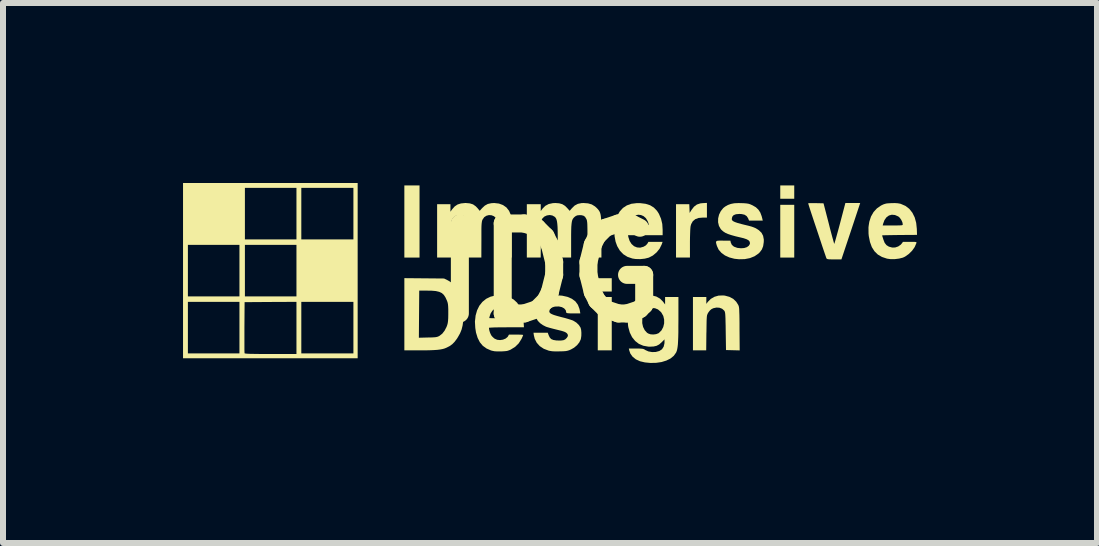
<source format=kicad_pcb>
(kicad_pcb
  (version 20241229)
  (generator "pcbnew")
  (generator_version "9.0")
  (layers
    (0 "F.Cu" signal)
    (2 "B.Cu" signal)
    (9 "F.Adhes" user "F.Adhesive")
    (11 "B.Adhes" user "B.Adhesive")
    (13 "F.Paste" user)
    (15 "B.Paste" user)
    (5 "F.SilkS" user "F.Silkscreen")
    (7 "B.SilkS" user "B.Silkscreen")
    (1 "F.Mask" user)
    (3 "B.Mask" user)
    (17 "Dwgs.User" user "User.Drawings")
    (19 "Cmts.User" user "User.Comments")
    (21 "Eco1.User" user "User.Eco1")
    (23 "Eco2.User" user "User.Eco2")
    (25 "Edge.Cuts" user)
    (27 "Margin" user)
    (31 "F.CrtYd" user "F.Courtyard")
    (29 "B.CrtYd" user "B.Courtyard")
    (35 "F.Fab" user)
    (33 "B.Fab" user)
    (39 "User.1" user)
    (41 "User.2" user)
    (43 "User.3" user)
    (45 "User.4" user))
  (footprint "IDG"
    (layer "F.Cu")
    (at 6.113 1.495)
    (property "Reference" "IDG" (at 0 0 0) (layer "F.SilkS") (effects (font (size 1.5 1.5) (thickness 0.3))))
    (attr board_only exclude_from_pos_files exclude_from_bom)
    (fp_poly (pts (xy -2.172 -0.854) (xy -2.172 -0.253) (xy -2.299 -0.253) (xy -2.425 -0.253) (xy -2.425 -0.854) (xy -2.425 -1.455) (xy -2.299 -1.455) (xy -2.172 -1.455)) (stroke (width 0) (type solid)) (fill yes) (layer "F.SilkS"))
    (fp_poly (pts (xy 1.031 0.202) (xy 1.031 0.313) (xy 0.914 0.313) (xy 0.798 0.313) (xy 0.798 0.202) (xy 0.798 0.091) (xy 0.914 0.091) (xy 1.031 0.091)) (stroke (width 0) (type solid)) (fill yes) (layer "F.SilkS"))
    (fp_poly (pts (xy 1.031 0.849) (xy 1.031 1.293) (xy 0.914 1.293) (xy 0.798 1.293) (xy 0.798 0.849) (xy 0.798 0.404) (xy 0.914 0.404) (xy 1.031 0.404)) (stroke (width 0) (type solid)) (fill yes) (layer "F.SilkS"))
    (fp_poly (pts (xy 4.072 -1.344) (xy 4.072 -1.233) (xy 3.955 -1.233) (xy 3.839 -1.233) (xy 3.839 -1.344) (xy 3.839 -1.455) (xy 3.955 -1.455) (xy 4.072 -1.455)) (stroke (width 0) (type solid)) (fill yes) (layer "F.SilkS"))
    (fp_poly (pts (xy 4.072 -0.692) (xy 4.072 -0.253) (xy 3.955 -0.253) (xy 3.839 -0.253) (xy 3.839 -0.692) (xy 3.839 -1.132) (xy 3.955 -1.132) (xy 4.072 -1.132)) (stroke (width 0) (type solid)) (fill yes) (layer "F.SilkS"))
    (fp_poly (pts (xy 2.617 -1.042) (xy 2.617 -0.919) (xy 2.549 -0.919) (xy 2.478 -0.913) (xy 2.423 -0.893) (xy 2.382 -0.859) (xy 2.355 -0.811) (xy 2.345 -0.777) (xy 2.342 -0.752) (xy 2.339 -0.711) (xy 2.337 -0.657) (xy 2.335 -0.593) (xy 2.334 -0.523) (xy 2.334 -0.49) (xy 2.334 -0.253) (xy 2.218 -0.253) (xy 2.102 -0.253) (xy 2.102 -0.697) (xy 2.102 -1.142) (xy 2.212 -1.142) (xy 2.323 -1.142) (xy 2.326 -1.069) (xy 2.329 -0.997) (xy 2.361 -1.048) (xy 2.402 -1.101) (xy 2.45 -1.137) (xy 2.508 -1.156) (xy 2.547 -1.16) (xy 2.617 -1.164)) (stroke (width 0) (type solid)) (fill yes) (layer "F.SilkS"))
    (fp_poly (pts (xy 5.015 -0.692) (xy 4.858 -0.222) (xy 4.738 -0.222) (xy 4.686 -0.223) (xy 4.651 -0.224) (xy 4.629 -0.227) (xy 4.616 -0.232) (xy 4.609 -0.239) (xy 4.609 -0.24) (xy 4.604 -0.252) (xy 4.594 -0.282) (xy 4.579 -0.325) (xy 4.56 -0.381) (xy 4.538 -0.446) (xy 4.514 -0.519) (xy 4.488 -0.597) (xy 4.461 -0.678) (xy 4.434 -0.759) (xy 4.407 -0.839) (xy 4.382 -0.915) (xy 4.359 -0.984) (xy 4.339 -1.045) (xy 4.323 -1.095) (xy 4.312 -1.131) (xy 4.305 -1.152) (xy 4.304 -1.156) (xy 4.314 -1.159) (xy 4.339 -1.16) (xy 4.378 -1.16) (xy 4.425 -1.16) (xy 4.432 -1.16) (xy 4.56 -1.157) (xy 4.647 -0.822) (xy 4.667 -0.742) (xy 4.686 -0.67) (xy 4.703 -0.606) (xy 4.718 -0.553) (xy 4.729 -0.513) (xy 4.736 -0.488) (xy 4.739 -0.481) (xy 4.742 -0.49) (xy 4.75 -0.515) (xy 4.762 -0.556) (xy 4.777 -0.61) (xy 4.795 -0.675) (xy 4.815 -0.748) (xy 4.834 -0.819) (xy 4.924 -1.162) (xy 5.048 -1.162) (xy 5.171 -1.162)) (stroke (width 0) (type solid)) (fill yes) (layer "F.SilkS"))
    (fp_poly (pts (xy 2.916 0.381) (xy 2.993 0.402) (xy 3.055 0.435) (xy 3.104 0.482) (xy 3.135 0.53) (xy 3.141 0.541) (xy 3.146 0.554) (xy 3.15 0.569) (xy 3.153 0.589) (xy 3.155 0.616) (xy 3.156 0.652) (xy 3.158 0.701) (xy 3.159 0.762) (xy 3.16 0.84) (xy 3.16 0.932) (xy 3.163 1.294) (xy 3.049 1.291) (xy 2.935 1.288) (xy 2.93 0.973) (xy 2.929 0.885) (xy 2.927 0.814) (xy 2.926 0.76) (xy 2.924 0.718) (xy 2.922 0.688) (xy 2.919 0.666) (xy 2.915 0.651) (xy 2.911 0.64) (xy 2.905 0.631) (xy 2.904 0.63) (xy 2.87 0.6) (xy 2.826 0.583) (xy 2.775 0.58) (xy 2.724 0.591) (xy 2.693 0.606) (xy 2.668 0.627) (xy 2.644 0.657) (xy 2.637 0.669) (xy 2.629 0.682) (xy 2.624 0.695) (xy 2.619 0.71) (xy 2.616 0.729) (xy 2.614 0.756) (xy 2.612 0.793) (xy 2.611 0.842) (xy 2.61 0.906) (xy 2.609 0.987) (xy 2.608 1.003) (xy 2.605 1.293) (xy 2.495 1.293) (xy 2.384 1.293) (xy 2.384 0.849) (xy 2.384 0.404) (xy 2.496 0.404) (xy 2.607 0.404) (xy 2.607 0.462) (xy 2.607 0.519) (xy 2.632 0.485) (xy 2.681 0.436) (xy 2.741 0.401) (xy 2.81 0.381) (xy 2.885 0.378)) (stroke (width 0) (type solid)) (fill yes) (layer "F.SilkS"))
    (fp_poly (pts (xy -2.094 0.093) (xy -1.763 0.096) (xy -1.696 0.129) (xy -1.621 0.177) (xy -1.556 0.241) (xy -1.504 0.32) (xy -1.466 0.412) (xy -1.449 0.476) (xy -1.442 0.518) (xy -1.437 0.564) (xy -1.436 0.621) (xy -1.437 0.692) (xy -1.437 0.702) (xy -1.443 0.797) (xy -1.454 0.877) (xy -1.471 0.946) (xy -1.497 1.01) (xy -1.532 1.072) (xy -1.546 1.095) (xy -1.587 1.15) (xy -1.627 1.191) (xy -1.672 1.223) (xy -1.721 1.248) (xy -1.752 1.261) (xy -1.787 1.271) (xy -1.829 1.279) (xy -1.878 1.285) (xy -1.939 1.289) (xy -2.013 1.292) (xy -2.103 1.293) (xy -2.17 1.293) (xy -2.425 1.293) (xy -2.425 1.083) (xy -2.183 1.083) (xy -2.033 1.079) (xy -1.974 1.078) (xy -1.931 1.076) (xy -1.9 1.073) (xy -1.877 1.068) (xy -1.858 1.061) (xy -1.839 1.051) (xy -1.793 1.015) (xy -1.753 0.963) (xy -1.721 0.9) (xy -1.71 0.87) (xy -1.702 0.839) (xy -1.697 0.802) (xy -1.694 0.755) (xy -1.693 0.693) (xy -1.693 0.667) (xy -1.693 0.607) (xy -1.695 0.562) (xy -1.698 0.528) (xy -1.703 0.501) (xy -1.711 0.476) (xy -1.717 0.461) (xy -1.741 0.409) (xy -1.768 0.368) (xy -1.802 0.338) (xy -1.845 0.318) (xy -1.9 0.305) (xy -1.97 0.299) (xy -2.036 0.298) (xy -2.177 0.298) (xy -2.18 0.69) (xy -2.183 1.083) (xy -2.425 1.083) (xy -2.425 0.691) (xy -2.425 0.09)) (stroke (width 0) (type solid)) (fill yes) (layer "F.SilkS"))
    (fp_poly (pts (xy 1.504 -1.16) (xy 1.594 -1.149) (xy 1.67 -1.125) (xy 1.733 -1.086) (xy 1.785 -1.032) (xy 1.817 -0.982) (xy 1.852 -0.9) (xy 1.873 -0.813) (xy 1.879 -0.716) (xy 1.879 -0.715) (xy 1.879 -0.626) (xy 1.59 -0.626) (xy 1.302 -0.626) (xy 1.308 -0.594) (xy 1.329 -0.53) (xy 1.361 -0.479) (xy 1.403 -0.442) (xy 1.452 -0.422) (xy 1.505 -0.418) (xy 1.56 -0.433) (xy 1.598 -0.455) (xy 1.623 -0.482) (xy 1.624 -0.484) (xy 1.642 -0.515) (xy 1.76 -0.515) (xy 1.878 -0.515) (xy 1.864 -0.473) (xy 1.829 -0.402) (xy 1.778 -0.339) (xy 1.716 -0.287) (xy 1.649 -0.252) (xy 1.582 -0.235) (xy 1.506 -0.227) (xy 1.428 -0.229) (xy 1.376 -0.237) (xy 1.293 -0.265) (xy 1.223 -0.309) (xy 1.166 -0.369) (xy 1.122 -0.443) (xy 1.095 -0.517) (xy 1.078 -0.608) (xy 1.073 -0.704) (xy 1.079 -0.788) (xy 1.312 -0.788) (xy 1.479 -0.788) (xy 1.542 -0.788) (xy 1.587 -0.789) (xy 1.617 -0.791) (xy 1.636 -0.794) (xy 1.645 -0.798) (xy 1.647 -0.804) (xy 1.643 -0.822) (xy 1.634 -0.85) (xy 1.631 -0.857) (xy 1.601 -0.908) (xy 1.562 -0.943) (xy 1.518 -0.962) (xy 1.471 -0.967) (xy 1.425 -0.956) (xy 1.383 -0.931) (xy 1.348 -0.892) (xy 1.324 -0.84) (xy 1.319 -0.821) (xy 1.312 -0.788) (xy 1.079 -0.788) (xy 1.08 -0.797) (xy 1.098 -0.884) (xy 1.121 -0.947) (xy 1.165 -1.022) (xy 1.218 -1.08) (xy 1.282 -1.122) (xy 1.357 -1.149) (xy 1.445 -1.16)) (stroke (width 0) (type solid)) (fill yes) (layer "F.SilkS"))
    (fp_poly (pts (xy 5.796 -1.158) (xy 5.836 -1.151) (xy 5.849 -1.147) (xy 5.925 -1.114) (xy 5.989 -1.065) (xy 6.04 -1.001) (xy 6.079 -0.923) (xy 6.104 -0.832) (xy 6.115 -0.727) (xy 6.115 -0.717) (xy 6.118 -0.631) (xy 5.827 -0.629) (xy 5.753 -0.628) (xy 5.686 -0.627) (xy 5.628 -0.626) (xy 5.582 -0.625) (xy 5.551 -0.624) (xy 5.537 -0.623) (xy 5.537 -0.622) (xy 5.539 -0.611) (xy 5.547 -0.587) (xy 5.557 -0.554) (xy 5.579 -0.498) (xy 5.609 -0.46) (xy 5.649 -0.435) (xy 5.704 -0.42) (xy 5.705 -0.42) (xy 5.754 -0.421) (xy 5.804 -0.438) (xy 5.846 -0.467) (xy 5.861 -0.484) (xy 5.884 -0.515) (xy 5.999 -0.515) (xy 6.048 -0.515) (xy 6.081 -0.514) (xy 6.1 -0.512) (xy 6.108 -0.508) (xy 6.109 -0.501) (xy 6.107 -0.493) (xy 6.079 -0.428) (xy 6.035 -0.366) (xy 5.98 -0.312) (xy 5.919 -0.269) (xy 5.883 -0.252) (xy 5.82 -0.236) (xy 5.748 -0.227) (xy 5.675 -0.227) (xy 5.618 -0.235) (xy 5.534 -0.263) (xy 5.465 -0.303) (xy 5.409 -0.358) (xy 5.365 -0.427) (xy 5.334 -0.512) (xy 5.314 -0.612) (xy 5.31 -0.652) (xy 5.309 -0.755) (xy 5.313 -0.788) (xy 5.546 -0.788) (xy 5.713 -0.788) (xy 5.775 -0.788) (xy 5.819 -0.789) (xy 5.849 -0.79) (xy 5.867 -0.792) (xy 5.876 -0.796) (xy 5.88 -0.802) (xy 5.88 -0.81) (xy 5.873 -0.844) (xy 5.855 -0.882) (xy 5.83 -0.917) (xy 5.806 -0.938) (xy 5.751 -0.962) (xy 5.698 -0.967) (xy 5.65 -0.954) (xy 5.608 -0.923) (xy 5.575 -0.876) (xy 5.553 -0.816) (xy 5.546 -0.788) (xy 5.313 -0.788) (xy 5.323 -0.851) (xy 5.351 -0.937) (xy 5.394 -1.012) (xy 5.45 -1.073) (xy 5.518 -1.12) (xy 5.52 -1.121) (xy 5.555 -1.138) (xy 5.584 -1.148) (xy 5.614 -1.155) (xy 5.653 -1.158) (xy 5.69 -1.16) (xy 5.75 -1.161)) (stroke (width 0) (type solid)) (fill yes) (layer "F.SilkS"))
    (fp_poly (pts (xy -0.849 -1.153) (xy -0.781 -1.128) (xy -0.724 -1.088) (xy -0.68 -1.032) (xy -0.652 -0.966) (xy -0.647 -0.948) (xy -0.644 -0.923) (xy -0.641 -0.89) (xy -0.639 -0.846) (xy -0.638 -0.79) (xy -0.637 -0.718) (xy -0.637 -0.63) (xy -0.637 -0.584) (xy -0.637 -0.253) (xy -0.753 -0.253) (xy -0.869 -0.253) (xy -0.869 -0.543) (xy -0.869 -0.625) (xy -0.87 -0.699) (xy -0.872 -0.764) (xy -0.874 -0.816) (xy -0.877 -0.853) (xy -0.879 -0.871) (xy -0.9 -0.913) (xy -0.932 -0.942) (xy -0.972 -0.958) (xy -1.015 -0.961) (xy -1.057 -0.95) (xy -1.094 -0.926) (xy -1.121 -0.887) (xy -1.122 -0.886) (xy -1.128 -0.872) (xy -1.132 -0.856) (xy -1.135 -0.836) (xy -1.138 -0.81) (xy -1.14 -0.774) (xy -1.141 -0.726) (xy -1.141 -0.664) (xy -1.141 -0.585) (xy -1.141 -0.548) (xy -1.142 -0.253) (xy -1.258 -0.253) (xy -1.374 -0.253) (xy -1.374 -0.558) (xy -1.374 -0.646) (xy -1.375 -0.717) (xy -1.375 -0.772) (xy -1.377 -0.813) (xy -1.379 -0.844) (xy -1.382 -0.867) (xy -1.385 -0.883) (xy -1.39 -0.896) (xy -1.392 -0.899) (xy -1.415 -0.932) (xy -1.447 -0.951) (xy -1.492 -0.959) (xy -1.512 -0.96) (xy -1.564 -0.952) (xy -1.603 -0.927) (xy -1.63 -0.889) (xy -1.636 -0.871) (xy -1.639 -0.85) (xy -1.642 -0.812) (xy -1.644 -0.759) (xy -1.645 -0.694) (xy -1.646 -0.618) (xy -1.647 -0.543) (xy -1.647 -0.253) (xy -1.763 -0.253) (xy -1.879 -0.253) (xy -1.879 -0.697) (xy -1.879 -1.142) (xy -1.768 -1.142) (xy -1.657 -1.142) (xy -1.657 -1.08) (xy -1.657 -1.017) (xy -1.628 -1.058) (xy -1.586 -1.105) (xy -1.539 -1.137) (xy -1.482 -1.155) (xy -1.412 -1.162) (xy -1.4 -1.162) (xy -1.334 -1.156) (xy -1.28 -1.139) (xy -1.235 -1.107) (xy -1.207 -1.078) (xy -1.169 -1.032) (xy -1.13 -1.076) (xy -1.084 -1.119) (xy -1.035 -1.146) (xy -0.976 -1.159) (xy -0.928 -1.162)) (stroke (width 0) (type solid)) (fill yes) (layer "F.SilkS"))
    (fp_poly (pts (xy -0.758 0.384) (xy -0.675 0.407) (xy -0.604 0.446) (xy -0.546 0.499) (xy -0.5 0.568) (xy -0.467 0.653) (xy -0.445 0.754) (xy -0.438 0.819) (xy -0.432 0.909) (xy -0.72 0.909) (xy -0.795 0.91) (xy -0.862 0.91) (xy -0.92 0.911) (xy -0.967 0.913) (xy -0.998 0.915) (xy -1.013 0.916) (xy -1.014 0.917) (xy -1.014 0.933) (xy -1.009 0.961) (xy -0.999 0.994) (xy -0.986 1.025) (xy -0.973 1.048) (xy -0.973 1.049) (xy -0.951 1.073) (xy -0.923 1.097) (xy -0.92 1.099) (xy -0.878 1.117) (xy -0.83 1.122) (xy -0.782 1.115) (xy -0.738 1.097) (xy -0.705 1.07) (xy -0.698 1.059) (xy -0.682 1.031) (xy -0.563 1.031) (xy -0.517 1.031) (xy -0.479 1.032) (xy -0.454 1.034) (xy -0.445 1.037) (xy -0.449 1.048) (xy -0.459 1.073) (xy -0.474 1.105) (xy -0.475 1.106) (xy -0.519 1.176) (xy -0.579 1.235) (xy -0.652 1.28) (xy -0.655 1.282) (xy -0.685 1.294) (xy -0.714 1.303) (xy -0.748 1.307) (xy -0.792 1.31) (xy -0.818 1.311) (xy -0.878 1.311) (xy -0.924 1.308) (xy -0.962 1.3) (xy -0.981 1.295) (xy -1.056 1.262) (xy -1.118 1.217) (xy -1.167 1.158) (xy -1.204 1.085) (xy -1.231 0.997) (xy -1.243 0.92) (xy -1.249 0.813) (xy -1.242 0.755) (xy -1.01 0.755) (xy -1.001 0.756) (xy -0.974 0.757) (xy -0.934 0.757) (xy -0.884 0.758) (xy -0.844 0.758) (xy -0.677 0.758) (xy -0.677 0.735) (xy -0.683 0.705) (xy -0.7 0.668) (xy -0.721 0.633) (xy -0.745 0.607) (xy -0.749 0.604) (xy -0.783 0.587) (xy -0.827 0.578) (xy -0.869 0.577) (xy -0.883 0.58) (xy -0.922 0.599) (xy -0.958 0.633) (xy -0.986 0.676) (xy -0.995 0.7) (xy -1.004 0.729) (xy -1.009 0.749) (xy -1.01 0.755) (xy -1.242 0.755) (xy -1.238 0.714) (xy -1.213 0.626) (xy -1.175 0.549) (xy -1.124 0.485) (xy -1.061 0.434) (xy -0.989 0.399) (xy -0.907 0.379) (xy -0.817 0.376)) (stroke (width 0) (type solid)) (fill yes) (layer "F.SilkS"))
    (fp_poly (pts (xy -3.203 -0.035) (xy -3.203 1.425) (xy -4.658 1.425) (xy -6.113 1.425) (xy -6.113 0.914) (xy -6.032 0.914) (xy -6.032 1.344) (xy -5.602 1.344) (xy -5.173 1.344) (xy -5.173 1.084) (xy -5.09 1.084) (xy -5.09 1.16) (xy -5.09 1.226) (xy -5.09 1.279) (xy -5.089 1.317) (xy -5.088 1.338) (xy -5.088 1.341) (xy -5.082 1.344) (xy -5.067 1.347) (xy -5.042 1.349) (xy -5.004 1.351) (xy -4.952 1.352) (xy -4.885 1.353) (xy -4.802 1.354) (xy -4.7 1.354) (xy -4.653 1.354) (xy -4.223 1.354) (xy -4.223 0.919) (xy -4.223 0.914) (xy -4.142 0.914) (xy -4.142 1.344) (xy -3.708 1.344) (xy -3.274 1.344) (xy -3.274 0.914) (xy -3.274 0.485) (xy -3.708 0.485) (xy -4.142 0.485) (xy -4.142 0.914) (xy -4.223 0.914) (xy -4.223 0.485) (xy -4.655 0.487) (xy -5.087 0.49) (xy -5.09 0.909) (xy -5.09 1) (xy -5.09 1.084) (xy -5.173 1.084) (xy -5.173 0.914) (xy -5.173 0.485) (xy -5.602 0.485) (xy -6.032 0.485) (xy -6.032 0.914) (xy -6.113 0.914) (xy -6.113 -0.035) (xy -6.032 -0.035) (xy -6.032 0.394) (xy -5.602 0.394) (xy -5.173 0.394) (xy -5.173 -0.035) (xy -5.082 -0.035) (xy -5.082 0.394) (xy -4.653 0.394) (xy -4.223 0.394) (xy -4.223 -0.035) (xy -4.223 -0.465) (xy -4.653 -0.465) (xy -5.082 -0.465) (xy -5.082 -0.035) (xy -5.173 -0.035) (xy -5.173 -0.465) (xy -5.602 -0.465) (xy -6.032 -0.465) (xy -6.032 -0.035) (xy -6.113 -0.035) (xy -6.113 -0.985) (xy -5.082 -0.985) (xy -5.082 -0.556) (xy -4.653 -0.556) (xy -4.223 -0.556) (xy -4.223 -0.985) (xy -4.142 -0.985) (xy -4.142 -0.556) (xy -3.708 -0.556) (xy -3.274 -0.556) (xy -3.274 -0.985) (xy -3.274 -1.414) (xy -3.708 -1.414) (xy -4.142 -1.414) (xy -4.142 -0.985) (xy -4.223 -0.985) (xy -4.223 -1.414) (xy -4.653 -1.414) (xy -5.082 -1.414) (xy -5.082 -0.985) (xy -6.113 -0.985) (xy -6.113 -1.495) (xy -4.658 -1.495) (xy -3.203 -1.495)) (stroke (width 0) (type solid)) (fill yes) (layer "F.SilkS"))
    (fp_poly (pts (xy 0.637 -1.156) (xy 0.699 -1.138) (xy 0.752 -1.105) (xy 0.779 -1.081) (xy 0.799 -1.06) (xy 0.815 -1.04) (xy 0.828 -1.019) (xy 0.838 -0.995) (xy 0.846 -0.964) (xy 0.851 -0.926) (xy 0.855 -0.877) (xy 0.857 -0.817) (xy 0.858 -0.741) (xy 0.859 -0.649) (xy 0.859 -0.589) (xy 0.859 -0.253) (xy 0.743 -0.253) (xy 0.626 -0.253) (xy 0.626 -0.556) (xy 0.626 -0.643) (xy 0.626 -0.712) (xy 0.625 -0.766) (xy 0.624 -0.807) (xy 0.622 -0.837) (xy 0.619 -0.859) (xy 0.616 -0.876) (xy 0.611 -0.889) (xy 0.606 -0.899) (xy 0.586 -0.932) (xy 0.561 -0.95) (xy 0.527 -0.959) (xy 0.496 -0.96) (xy 0.46 -0.957) (xy 0.434 -0.947) (xy 0.411 -0.93) (xy 0.395 -0.914) (xy 0.383 -0.898) (xy 0.373 -0.877) (xy 0.366 -0.85) (xy 0.361 -0.814) (xy 0.357 -0.768) (xy 0.355 -0.708) (xy 0.354 -0.633) (xy 0.354 -0.54) (xy 0.354 -0.531) (xy 0.354 -0.253) (xy 0.242 -0.253) (xy 0.131 -0.253) (xy 0.131 -0.518) (xy 0.131 -0.617) (xy 0.13 -0.697) (xy 0.128 -0.762) (xy 0.124 -0.813) (xy 0.119 -0.852) (xy 0.112 -0.882) (xy 0.103 -0.904) (xy 0.092 -0.921) (xy 0.081 -0.932) (xy 0.042 -0.954) (xy -0.003 -0.962) (xy -0.05 -0.955) (xy -0.092 -0.936) (xy -0.124 -0.905) (xy -0.129 -0.897) (xy -0.134 -0.885) (xy -0.138 -0.87) (xy -0.141 -0.85) (xy -0.144 -0.822) (xy -0.146 -0.783) (xy -0.147 -0.732) (xy -0.148 -0.665) (xy -0.149 -0.582) (xy -0.15 -0.558) (xy -0.153 -0.253) (xy -0.268 -0.253) (xy -0.384 -0.253) (xy -0.384 -0.697) (xy -0.384 -1.142) (xy -0.268 -1.142) (xy -0.152 -1.142) (xy -0.152 -1.085) (xy -0.152 -1.028) (xy -0.121 -1.07) (xy -0.076 -1.115) (xy -0.02 -1.145) (xy 0.05 -1.16) (xy 0.091 -1.162) (xy 0.156 -1.157) (xy 0.208 -1.142) (xy 0.253 -1.114) (xy 0.289 -1.078) (xy 0.33 -1.032) (xy 0.367 -1.075) (xy 0.413 -1.12) (xy 0.466 -1.148) (xy 0.529 -1.161) (xy 0.562 -1.162)) (stroke (width 0) (type solid)) (fill yes) (layer "F.SilkS"))
    (fp_poly (pts (xy 3.193 -1.16) (xy 3.246 -1.158) (xy 3.284 -1.154) (xy 3.313 -1.149) (xy 3.34 -1.14) (xy 3.369 -1.127) (xy 3.378 -1.123) (xy 3.433 -1.091) (xy 3.474 -1.052) (xy 3.506 -1.004) (xy 3.529 -0.943) (xy 3.541 -0.897) (xy 3.547 -0.869) (xy 3.433 -0.869) (xy 3.319 -0.869) (xy 3.302 -0.91) (xy 3.279 -0.944) (xy 3.244 -0.967) (xy 3.195 -0.978) (xy 3.157 -0.98) (xy 3.101 -0.975) (xy 3.062 -0.96) (xy 3.039 -0.933) (xy 3.031 -0.896) (xy 3.031 -0.893) (xy 3.036 -0.876) (xy 3.053 -0.86) (xy 3.083 -0.845) (xy 3.129 -0.829) (xy 3.191 -0.812) (xy 3.243 -0.799) (xy 3.31 -0.783) (xy 3.361 -0.769) (xy 3.4 -0.755) (xy 3.432 -0.741) (xy 3.461 -0.723) (xy 3.482 -0.709) (xy 3.526 -0.667) (xy 3.553 -0.616) (xy 3.565 -0.553) (xy 3.564 -0.512) (xy 3.554 -0.443) (xy 3.532 -0.387) (xy 3.495 -0.338) (xy 3.475 -0.319) (xy 3.411 -0.275) (xy 3.334 -0.244) (xy 3.246 -0.227) (xy 3.151 -0.225) (xy 3.075 -0.233) (xy 2.991 -0.255) (xy 2.918 -0.288) (xy 2.858 -0.332) (xy 2.812 -0.385) (xy 2.784 -0.445) (xy 2.784 -0.445) (xy 2.773 -0.482) (xy 2.768 -0.507) (xy 2.772 -0.523) (xy 2.787 -0.532) (xy 2.815 -0.535) (xy 2.86 -0.536) (xy 2.888 -0.535) (xy 3.008 -0.535) (xy 3.014 -0.505) (xy 3.032 -0.465) (xy 3.067 -0.435) (xy 3.119 -0.416) (xy 3.127 -0.414) (xy 3.185 -0.408) (xy 3.238 -0.412) (xy 3.282 -0.426) (xy 3.314 -0.449) (xy 3.332 -0.478) (xy 3.334 -0.495) (xy 3.328 -0.52) (xy 3.31 -0.541) (xy 3.277 -0.559) (xy 3.227 -0.576) (xy 3.185 -0.586) (xy 3.096 -0.607) (xy 3.024 -0.627) (xy 2.967 -0.646) (xy 2.923 -0.666) (xy 2.888 -0.689) (xy 2.86 -0.714) (xy 2.847 -0.728) (xy 2.817 -0.781) (xy 2.803 -0.841) (xy 2.804 -0.905) (xy 2.819 -0.968) (xy 2.848 -1.027) (xy 2.889 -1.078) (xy 2.921 -1.103) (xy 2.967 -1.129) (xy 3.017 -1.147) (xy 3.073 -1.158) (xy 3.142 -1.161)) (stroke (width 0) (type solid)) (fill yes) (layer "F.SilkS"))
    (fp_poly (pts (xy 1.702 0.379) (xy 1.773 0.396) (xy 1.835 0.431) (xy 1.886 0.482) (xy 1.889 0.487) (xy 1.92 0.528) (xy 1.92 0.466) (xy 1.92 0.404) (xy 2.031 0.404) (xy 2.142 0.404) (xy 2.142 0.78) (xy 2.141 0.896) (xy 2.141 0.993) (xy 2.139 1.074) (xy 2.136 1.141) (xy 2.133 1.195) (xy 2.128 1.238) (xy 2.122 1.273) (xy 2.115 1.301) (xy 2.106 1.324) (xy 2.102 1.332) (xy 2.064 1.385) (xy 2.01 1.429) (xy 1.942 1.463) (xy 1.861 1.488) (xy 1.772 1.501) (xy 1.674 1.503) (xy 1.583 1.494) (xy 1.502 1.475) (xy 1.433 1.443) (xy 1.379 1.4) (xy 1.341 1.347) (xy 1.323 1.296) (xy 1.316 1.263) (xy 1.435 1.263) (xy 1.487 1.263) (xy 1.524 1.265) (xy 1.549 1.268) (xy 1.568 1.274) (xy 1.584 1.283) (xy 1.591 1.288) (xy 1.642 1.311) (xy 1.704 1.322) (xy 1.765 1.32) (xy 1.824 1.304) (xy 1.868 1.275) (xy 1.896 1.232) (xy 1.909 1.177) (xy 1.91 1.159) (xy 1.91 1.11) (xy 1.862 1.159) (xy 1.821 1.195) (xy 1.777 1.218) (xy 1.727 1.229) (xy 1.664 1.232) (xy 1.639 1.231) (xy 1.556 1.216) (xy 1.483 1.185) (xy 1.421 1.137) (xy 1.37 1.074) (xy 1.332 0.997) (xy 1.307 0.907) (xy 1.303 0.881) (xy 1.3 0.84) (xy 1.539 0.84) (xy 1.553 0.903) (xy 1.581 0.958) (xy 1.619 1) (xy 1.64 1.013) (xy 1.678 1.026) (xy 1.724 1.029) (xy 1.771 1.023) (xy 1.81 1.008) (xy 1.816 1.004) (xy 1.86 0.96) (xy 1.889 0.905) (xy 1.904 0.844) (xy 1.904 0.781) (xy 1.89 0.72) (xy 1.859 0.665) (xy 1.847 0.651) (xy 1.801 0.611) (xy 1.751 0.591) (xy 1.695 0.588) (xy 1.692 0.589) (xy 1.639 0.604) (xy 1.595 0.636) (xy 1.563 0.684) (xy 1.544 0.746) (xy 1.54 0.771) (xy 1.539 0.84) (xy 1.3 0.84) (xy 1.297 0.784) (xy 1.307 0.693) (xy 1.331 0.609) (xy 1.368 0.536) (xy 1.418 0.475) (xy 1.479 0.426) (xy 1.55 0.394) (xy 1.622 0.379)) (stroke (width 0) (type solid)) (fill yes) (layer "F.SilkS"))
    (fp_poly (pts (xy 0.204 0.382) (xy 0.294 0.402) (xy 0.367 0.434) (xy 0.425 0.477) (xy 0.467 0.534) (xy 0.493 0.602) (xy 0.5 0.634) (xy 0.507 0.677) (xy 0.39 0.677) (xy 0.339 0.677) (xy 0.305 0.675) (xy 0.285 0.672) (xy 0.275 0.668) (xy 0.273 0.661) (xy 0.264 0.624) (xy 0.238 0.594) (xy 0.2 0.573) (xy 0.151 0.562) (xy 0.096 0.563) (xy 0.07 0.567) (xy 0.026 0.583) (xy -0.001 0.609) (xy -0.01 0.644) (xy -0.006 0.66) (xy 0.007 0.675) (xy 0.031 0.689) (xy 0.068 0.704) (xy 0.121 0.72) (xy 0.191 0.739) (xy 0.195 0.74) (xy 0.251 0.754) (xy 0.305 0.77) (xy 0.35 0.784) (xy 0.382 0.795) (xy 0.39 0.799) (xy 0.442 0.831) (xy 0.484 0.872) (xy 0.512 0.916) (xy 0.512 0.916) (xy 0.521 0.952) (xy 0.525 1) (xy 0.524 1.052) (xy 0.517 1.099) (xy 0.513 1.114) (xy 0.49 1.161) (xy 0.452 1.208) (xy 0.403 1.249) (xy 0.352 1.278) (xy 0.322 1.291) (xy 0.296 1.299) (xy 0.267 1.305) (xy 0.231 1.308) (xy 0.181 1.31) (xy 0.162 1.31) (xy 0.091 1.311) (xy 0.037 1.308) (xy -0.006 1.301) (xy -0.02 1.298) (xy -0.102 1.267) (xy -0.168 1.223) (xy -0.218 1.168) (xy -0.252 1.102) (xy -0.267 1.043) (xy -0.273 1) (xy -0.154 1) (xy -0.035 1) (xy -0.02 1.042) (xy -0.002 1.079) (xy 0.022 1.105) (xy 0.058 1.12) (xy 0.107 1.128) (xy 0.135 1.129) (xy 0.188 1.129) (xy 0.226 1.124) (xy 0.255 1.111) (xy 0.278 1.089) (xy 0.286 1.079) (xy 0.299 1.057) (xy 0.3 1.038) (xy 0.295 1.025) (xy 0.284 1.009) (xy 0.266 0.995) (xy 0.239 0.982) (xy 0.198 0.969) (xy 0.142 0.955) (xy 0.105 0.946) (xy 0.053 0.933) (xy 0.000477 0.919) (xy -0.044 0.906) (xy -0.065 0.899) (xy -0.116 0.873) (xy -0.163 0.84) (xy -0.2 0.802) (xy -0.222 0.764) (xy -0.223 0.761) (xy -0.23 0.722) (xy -0.231 0.671) (xy -0.227 0.618) (xy -0.217 0.57) (xy -0.207 0.542) (xy -0.168 0.483) (xy -0.114 0.437) (xy -0.047 0.403) (xy 0.032 0.383) (xy 0.119 0.376)) (stroke (width 0) (type solid)) (fill yes) (layer "F.SilkS")))
  (gr_rect
    (start -3 -3)
    (end 15.23 5.998)
    (stroke (width 0.1) (type default))
    (fill no)
    (layer "Edge.Cuts")))
</source>
